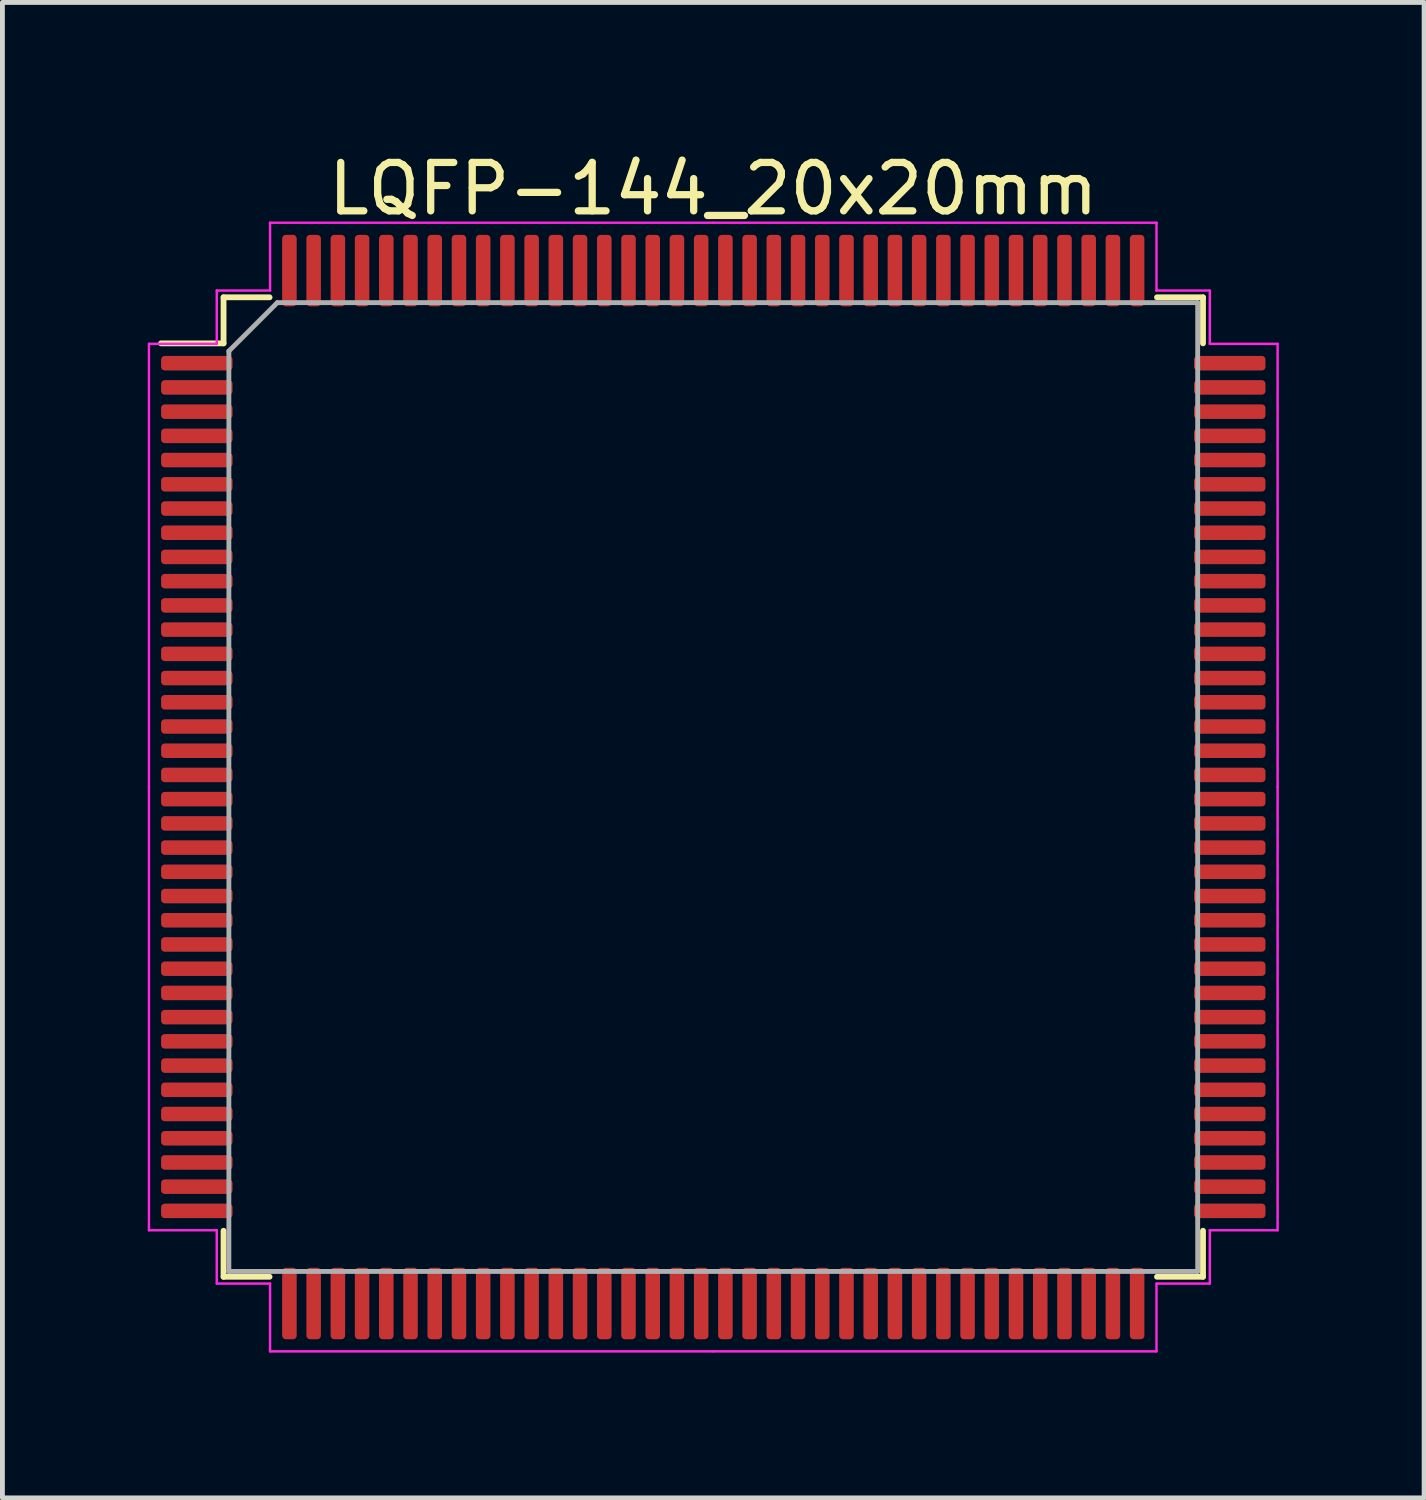
<source format=kicad_pcb>
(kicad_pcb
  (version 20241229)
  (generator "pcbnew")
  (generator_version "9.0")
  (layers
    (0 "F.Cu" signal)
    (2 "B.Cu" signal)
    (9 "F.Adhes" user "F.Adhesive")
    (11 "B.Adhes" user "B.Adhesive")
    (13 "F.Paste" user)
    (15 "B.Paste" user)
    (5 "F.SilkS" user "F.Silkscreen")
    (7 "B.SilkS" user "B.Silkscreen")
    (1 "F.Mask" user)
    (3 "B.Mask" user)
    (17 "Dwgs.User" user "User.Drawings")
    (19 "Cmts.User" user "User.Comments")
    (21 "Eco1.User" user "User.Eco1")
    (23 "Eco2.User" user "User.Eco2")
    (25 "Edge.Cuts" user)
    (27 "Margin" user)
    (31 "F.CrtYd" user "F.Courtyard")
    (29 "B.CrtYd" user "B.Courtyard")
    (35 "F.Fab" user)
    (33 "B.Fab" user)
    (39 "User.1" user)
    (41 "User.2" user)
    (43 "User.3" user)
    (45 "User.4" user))
  (footprint "LQFP-144_20x20mm"
    (layer "F.Cu")
    (at 11.675 13.198)
    (property "Reference" "LQFP-144_20x20mm" (at 0 -12.35 0) (layer "F.SilkS") (effects (font (size 1 1) (thickness 0.15))))
    (attr smd)
    (fp_line (start -10.11 -10.11) (end -10.11 -9.16) (stroke (width 0.12) (type solid)) (layer "F.SilkS"))
    (fp_line (start -10.11 -9.16) (end -11.4 -9.16) (stroke (width 0.12) (type solid)) (layer "F.SilkS"))
    (fp_line (start -10.11 10.11) (end -10.11 9.16) (stroke (width 0.12) (type solid)) (layer "F.SilkS"))
    (fp_line (start -9.16 -10.11) (end -10.11 -10.11) (stroke (width 0.12) (type solid)) (layer "F.SilkS"))
    (fp_line (start -9.16 10.11) (end -10.11 10.11) (stroke (width 0.12) (type solid)) (layer "F.SilkS"))
    (fp_line (start 9.16 -10.11) (end 10.11 -10.11) (stroke (width 0.12) (type solid)) (layer "F.SilkS"))
    (fp_line (start 9.16 10.11) (end 10.11 10.11) (stroke (width 0.12) (type solid)) (layer "F.SilkS"))
    (fp_line (start 10.11 -10.11) (end 10.11 -9.16) (stroke (width 0.12) (type solid)) (layer "F.SilkS"))
    (fp_line (start 10.11 10.11) (end 10.11 9.16) (stroke (width 0.12) (type solid)) (layer "F.SilkS"))
    (fp_line (start -11.65 -9.15) (end -11.65 0) (stroke (width 0.05) (type solid)) (layer "F.CrtYd"))
    (fp_line (start -11.65 9.15) (end -11.65 0) (stroke (width 0.05) (type solid)) (layer "F.CrtYd"))
    (fp_line (start -10.25 -10.25) (end -10.25 -9.15) (stroke (width 0.05) (type solid)) (layer "F.CrtYd"))
    (fp_line (start -10.25 -9.15) (end -11.65 -9.15) (stroke (width 0.05) (type solid)) (layer "F.CrtYd"))
    (fp_line (start -10.25 9.15) (end -11.65 9.15) (stroke (width 0.05) (type solid)) (layer "F.CrtYd"))
    (fp_line (start -10.25 10.25) (end -10.25 9.15) (stroke (width 0.05) (type solid)) (layer "F.CrtYd"))
    (fp_line (start -9.15 -11.65) (end -9.15 -10.25) (stroke (width 0.05) (type solid)) (layer "F.CrtYd"))
    (fp_line (start -9.15 -10.25) (end -10.25 -10.25) (stroke (width 0.05) (type solid)) (layer "F.CrtYd"))
    (fp_line (start -9.15 10.25) (end -10.25 10.25) (stroke (width 0.05) (type solid)) (layer "F.CrtYd"))
    (fp_line (start -9.15 11.65) (end -9.15 10.25) (stroke (width 0.05) (type solid)) (layer "F.CrtYd"))
    (fp_line (start 0 -11.65) (end -9.15 -11.65) (stroke (width 0.05) (type solid)) (layer "F.CrtYd"))
    (fp_line (start 0 -11.65) (end 9.15 -11.65) (stroke (width 0.05) (type solid)) (layer "F.CrtYd"))
    (fp_line (start 0 11.65) (end -9.15 11.65) (stroke (width 0.05) (type solid)) (layer "F.CrtYd"))
    (fp_line (start 0 11.65) (end 9.15 11.65) (stroke (width 0.05) (type solid)) (layer "F.CrtYd"))
    (fp_line (start 9.15 -11.65) (end 9.15 -10.25) (stroke (width 0.05) (type solid)) (layer "F.CrtYd"))
    (fp_line (start 9.15 -10.25) (end 10.25 -10.25) (stroke (width 0.05) (type solid)) (layer "F.CrtYd"))
    (fp_line (start 9.15 10.25) (end 10.25 10.25) (stroke (width 0.05) (type solid)) (layer "F.CrtYd"))
    (fp_line (start 9.15 11.65) (end 9.15 10.25) (stroke (width 0.05) (type solid)) (layer "F.CrtYd"))
    (fp_line (start 10.25 -10.25) (end 10.25 -9.15) (stroke (width 0.05) (type solid)) (layer "F.CrtYd"))
    (fp_line (start 10.25 -9.15) (end 11.65 -9.15) (stroke (width 0.05) (type solid)) (layer "F.CrtYd"))
    (fp_line (start 10.25 9.15) (end 11.65 9.15) (stroke (width 0.05) (type solid)) (layer "F.CrtYd"))
    (fp_line (start 10.25 10.25) (end 10.25 9.15) (stroke (width 0.05) (type solid)) (layer "F.CrtYd"))
    (fp_line (start 11.65 -9.15) (end 11.65 0) (stroke (width 0.05) (type solid)) (layer "F.CrtYd"))
    (fp_line (start 11.65 9.15) (end 11.65 0) (stroke (width 0.05) (type solid)) (layer "F.CrtYd"))
    (fp_line (start -10 -9) (end -9 -10) (stroke (width 0.1) (type solid)) (layer "F.Fab"))
    (fp_line (start -10 10) (end -10 -9) (stroke (width 0.1) (type solid)) (layer "F.Fab"))
    (fp_line (start -9 -10) (end 10 -10) (stroke (width 0.1) (type solid)) (layer "F.Fab"))
    (fp_line (start 10 -10) (end 10 10) (stroke (width 0.1) (type solid)) (layer "F.Fab"))
    (fp_line (start 10 10) (end -10 10) (stroke (width 0.1) (type solid)) (layer "F.Fab"))
    (pad "1" smd roundrect (at -10.662 -8.75) (size 1.475 0.3) (layers "F.Cu" "F.Mask" "F.Paste") (roundrect_rratio 0.25))
    (pad "2" smd roundrect (at -10.662 -8.25) (size 1.475 0.3) (layers "F.Cu" "F.Mask" "F.Paste") (roundrect_rratio 0.25))
    (pad "3" smd roundrect (at -10.662 -7.75) (size 1.475 0.3) (layers "F.Cu" "F.Mask" "F.Paste") (roundrect_rratio 0.25))
    (pad "4" smd roundrect (at -10.662 -7.25) (size 1.475 0.3) (layers "F.Cu" "F.Mask" "F.Paste") (roundrect_rratio 0.25))
    (pad "5" smd roundrect (at -10.662 -6.75) (size 1.475 0.3) (layers "F.Cu" "F.Mask" "F.Paste") (roundrect_rratio 0.25))
    (pad "6" smd roundrect (at -10.662 -6.25) (size 1.475 0.3) (layers "F.Cu" "F.Mask" "F.Paste") (roundrect_rratio 0.25))
    (pad "7" smd roundrect (at -10.662 -5.75) (size 1.475 0.3) (layers "F.Cu" "F.Mask" "F.Paste") (roundrect_rratio 0.25))
    (pad "8" smd roundrect (at -10.662 -5.25) (size 1.475 0.3) (layers "F.Cu" "F.Mask" "F.Paste") (roundrect_rratio 0.25))
    (pad "9" smd roundrect (at -10.662 -4.75) (size 1.475 0.3) (layers "F.Cu" "F.Mask" "F.Paste") (roundrect_rratio 0.25))
    (pad "10" smd roundrect (at -10.662 -4.25) (size 1.475 0.3) (layers "F.Cu" "F.Mask" "F.Paste") (roundrect_rratio 0.25))
    (pad "11" smd roundrect (at -10.662 -3.75) (size 1.475 0.3) (layers "F.Cu" "F.Mask" "F.Paste") (roundrect_rratio 0.25))
    (pad "12" smd roundrect (at -10.662 -3.25) (size 1.475 0.3) (layers "F.Cu" "F.Mask" "F.Paste") (roundrect_rratio 0.25))
    (pad "13" smd roundrect (at -10.662 -2.75) (size 1.475 0.3) (layers "F.Cu" "F.Mask" "F.Paste") (roundrect_rratio 0.25))
    (pad "14" smd roundrect (at -10.662 -2.25) (size 1.475 0.3) (layers "F.Cu" "F.Mask" "F.Paste") (roundrect_rratio 0.25))
    (pad "15" smd roundrect (at -10.662 -1.75) (size 1.475 0.3) (layers "F.Cu" "F.Mask" "F.Paste") (roundrect_rratio 0.25))
    (pad "16" smd roundrect (at -10.662 -1.25) (size 1.475 0.3) (layers "F.Cu" "F.Mask" "F.Paste") (roundrect_rratio 0.25))
    (pad "17" smd roundrect (at -10.662 -0.75) (size 1.475 0.3) (layers "F.Cu" "F.Mask" "F.Paste") (roundrect_rratio 0.25))
    (pad "18" smd roundrect (at -10.662 -0.25) (size 1.475 0.3) (layers "F.Cu" "F.Mask" "F.Paste") (roundrect_rratio 0.25))
    (pad "19" smd roundrect (at -10.662 0.25) (size 1.475 0.3) (layers "F.Cu" "F.Mask" "F.Paste") (roundrect_rratio 0.25))
    (pad "20" smd roundrect (at -10.662 0.75) (size 1.475 0.3) (layers "F.Cu" "F.Mask" "F.Paste") (roundrect_rratio 0.25))
    (pad "21" smd roundrect (at -10.662 1.25) (size 1.475 0.3) (layers "F.Cu" "F.Mask" "F.Paste") (roundrect_rratio 0.25))
    (pad "22" smd roundrect (at -10.662 1.75) (size 1.475 0.3) (layers "F.Cu" "F.Mask" "F.Paste") (roundrect_rratio 0.25))
    (pad "23" smd roundrect (at -10.662 2.25) (size 1.475 0.3) (layers "F.Cu" "F.Mask" "F.Paste") (roundrect_rratio 0.25))
    (pad "24" smd roundrect (at -10.662 2.75) (size 1.475 0.3) (layers "F.Cu" "F.Mask" "F.Paste") (roundrect_rratio 0.25))
    (pad "25" smd roundrect (at -10.662 3.25) (size 1.475 0.3) (layers "F.Cu" "F.Mask" "F.Paste") (roundrect_rratio 0.25))
    (pad "26" smd roundrect (at -10.662 3.75) (size 1.475 0.3) (layers "F.Cu" "F.Mask" "F.Paste") (roundrect_rratio 0.25))
    (pad "27" smd roundrect (at -10.662 4.25) (size 1.475 0.3) (layers "F.Cu" "F.Mask" "F.Paste") (roundrect_rratio 0.25))
    (pad "28" smd roundrect (at -10.662 4.75) (size 1.475 0.3) (layers "F.Cu" "F.Mask" "F.Paste") (roundrect_rratio 0.25))
    (pad "29" smd roundrect (at -10.662 5.25) (size 1.475 0.3) (layers "F.Cu" "F.Mask" "F.Paste") (roundrect_rratio 0.25))
    (pad "30" smd roundrect (at -10.662 5.75) (size 1.475 0.3) (layers "F.Cu" "F.Mask" "F.Paste") (roundrect_rratio 0.25))
    (pad "31" smd roundrect (at -10.662 6.25) (size 1.475 0.3) (layers "F.Cu" "F.Mask" "F.Paste") (roundrect_rratio 0.25))
    (pad "32" smd roundrect (at -10.662 6.75) (size 1.475 0.3) (layers "F.Cu" "F.Mask" "F.Paste") (roundrect_rratio 0.25))
    (pad "33" smd roundrect (at -10.662 7.25) (size 1.475 0.3) (layers "F.Cu" "F.Mask" "F.Paste") (roundrect_rratio 0.25))
    (pad "34" smd roundrect (at -10.662 7.75) (size 1.475 0.3) (layers "F.Cu" "F.Mask" "F.Paste") (roundrect_rratio 0.25))
    (pad "35" smd roundrect (at -10.662 8.25) (size 1.475 0.3) (layers "F.Cu" "F.Mask" "F.Paste") (roundrect_rratio 0.25))
    (pad "36" smd roundrect (at -10.662 8.75) (size 1.475 0.3) (layers "F.Cu" "F.Mask" "F.Paste") (roundrect_rratio 0.25))
    (pad "37" smd roundrect (at -8.75 10.662) (size 0.3 1.475) (layers "F.Cu" "F.Mask" "F.Paste") (roundrect_rratio 0.25))
    (pad "38" smd roundrect (at -8.25 10.662) (size 0.3 1.475) (layers "F.Cu" "F.Mask" "F.Paste") (roundrect_rratio 0.25))
    (pad "39" smd roundrect (at -7.75 10.662) (size 0.3 1.475) (layers "F.Cu" "F.Mask" "F.Paste") (roundrect_rratio 0.25))
    (pad "40" smd roundrect (at -7.25 10.662) (size 0.3 1.475) (layers "F.Cu" "F.Mask" "F.Paste") (roundrect_rratio 0.25))
    (pad "41" smd roundrect (at -6.75 10.662) (size 0.3 1.475) (layers "F.Cu" "F.Mask" "F.Paste") (roundrect_rratio 0.25))
    (pad "42" smd roundrect (at -6.25 10.662) (size 0.3 1.475) (layers "F.Cu" "F.Mask" "F.Paste") (roundrect_rratio 0.25))
    (pad "43" smd roundrect (at -5.75 10.662) (size 0.3 1.475) (layers "F.Cu" "F.Mask" "F.Paste") (roundrect_rratio 0.25))
    (pad "44" smd roundrect (at -5.25 10.662) (size 0.3 1.475) (layers "F.Cu" "F.Mask" "F.Paste") (roundrect_rratio 0.25))
    (pad "45" smd roundrect (at -4.75 10.662) (size 0.3 1.475) (layers "F.Cu" "F.Mask" "F.Paste") (roundrect_rratio 0.25))
    (pad "46" smd roundrect (at -4.25 10.662) (size 0.3 1.475) (layers "F.Cu" "F.Mask" "F.Paste") (roundrect_rratio 0.25))
    (pad "47" smd roundrect (at -3.75 10.662) (size 0.3 1.475) (layers "F.Cu" "F.Mask" "F.Paste") (roundrect_rratio 0.25))
    (pad "48" smd roundrect (at -3.25 10.662) (size 0.3 1.475) (layers "F.Cu" "F.Mask" "F.Paste") (roundrect_rratio 0.25))
    (pad "49" smd roundrect (at -2.75 10.662) (size 0.3 1.475) (layers "F.Cu" "F.Mask" "F.Paste") (roundrect_rratio 0.25))
    (pad "50" smd roundrect (at -2.25 10.662) (size 0.3 1.475) (layers "F.Cu" "F.Mask" "F.Paste") (roundrect_rratio 0.25))
    (pad "51" smd roundrect (at -1.75 10.662) (size 0.3 1.475) (layers "F.Cu" "F.Mask" "F.Paste") (roundrect_rratio 0.25))
    (pad "52" smd roundrect (at -1.25 10.662) (size 0.3 1.475) (layers "F.Cu" "F.Mask" "F.Paste") (roundrect_rratio 0.25))
    (pad "53" smd roundrect (at -0.75 10.662) (size 0.3 1.475) (layers "F.Cu" "F.Mask" "F.Paste") (roundrect_rratio 0.25))
    (pad "54" smd roundrect (at -0.25 10.662) (size 0.3 1.475) (layers "F.Cu" "F.Mask" "F.Paste") (roundrect_rratio 0.25))
    (pad "55" smd roundrect (at 0.25 10.662) (size 0.3 1.475) (layers "F.Cu" "F.Mask" "F.Paste") (roundrect_rratio 0.25))
    (pad "56" smd roundrect (at 0.75 10.662) (size 0.3 1.475) (layers "F.Cu" "F.Mask" "F.Paste") (roundrect_rratio 0.25))
    (pad "57" smd roundrect (at 1.25 10.662) (size 0.3 1.475) (layers "F.Cu" "F.Mask" "F.Paste") (roundrect_rratio 0.25))
    (pad "58" smd roundrect (at 1.75 10.662) (size 0.3 1.475) (layers "F.Cu" "F.Mask" "F.Paste") (roundrect_rratio 0.25))
    (pad "59" smd roundrect (at 2.25 10.662) (size 0.3 1.475) (layers "F.Cu" "F.Mask" "F.Paste") (roundrect_rratio 0.25))
    (pad "60" smd roundrect (at 2.75 10.662) (size 0.3 1.475) (layers "F.Cu" "F.Mask" "F.Paste") (roundrect_rratio 0.25))
    (pad "61" smd roundrect (at 3.25 10.662) (size 0.3 1.475) (layers "F.Cu" "F.Mask" "F.Paste") (roundrect_rratio 0.25))
    (pad "62" smd roundrect (at 3.75 10.662) (size 0.3 1.475) (layers "F.Cu" "F.Mask" "F.Paste") (roundrect_rratio 0.25))
    (pad "63" smd roundrect (at 4.25 10.662) (size 0.3 1.475) (layers "F.Cu" "F.Mask" "F.Paste") (roundrect_rratio 0.25))
    (pad "64" smd roundrect (at 4.75 10.662) (size 0.3 1.475) (layers "F.Cu" "F.Mask" "F.Paste") (roundrect_rratio 0.25))
    (pad "65" smd roundrect (at 5.25 10.662) (size 0.3 1.475) (layers "F.Cu" "F.Mask" "F.Paste") (roundrect_rratio 0.25))
    (pad "66" smd roundrect (at 5.75 10.662) (size 0.3 1.475) (layers "F.Cu" "F.Mask" "F.Paste") (roundrect_rratio 0.25))
    (pad "67" smd roundrect (at 6.25 10.662) (size 0.3 1.475) (layers "F.Cu" "F.Mask" "F.Paste") (roundrect_rratio 0.25))
    (pad "68" smd roundrect (at 6.75 10.662) (size 0.3 1.475) (layers "F.Cu" "F.Mask" "F.Paste") (roundrect_rratio 0.25))
    (pad "69" smd roundrect (at 7.25 10.662) (size 0.3 1.475) (layers "F.Cu" "F.Mask" "F.Paste") (roundrect_rratio 0.25))
    (pad "70" smd roundrect (at 7.75 10.662) (size 0.3 1.475) (layers "F.Cu" "F.Mask" "F.Paste") (roundrect_rratio 0.25))
    (pad "71" smd roundrect (at 8.25 10.662) (size 0.3 1.475) (layers "F.Cu" "F.Mask" "F.Paste") (roundrect_rratio 0.25))
    (pad "72" smd roundrect (at 8.75 10.662) (size 0.3 1.475) (layers "F.Cu" "F.Mask" "F.Paste") (roundrect_rratio 0.25))
    (pad "73" smd roundrect (at 10.662 8.75) (size 1.475 0.3) (layers "F.Cu" "F.Mask" "F.Paste") (roundrect_rratio 0.25))
    (pad "74" smd roundrect (at 10.662 8.25) (size 1.475 0.3) (layers "F.Cu" "F.Mask" "F.Paste") (roundrect_rratio 0.25))
    (pad "75" smd roundrect (at 10.662 7.75) (size 1.475 0.3) (layers "F.Cu" "F.Mask" "F.Paste") (roundrect_rratio 0.25))
    (pad "76" smd roundrect (at 10.662 7.25) (size 1.475 0.3) (layers "F.Cu" "F.Mask" "F.Paste") (roundrect_rratio 0.25))
    (pad "77" smd roundrect (at 10.662 6.75) (size 1.475 0.3) (layers "F.Cu" "F.Mask" "F.Paste") (roundrect_rratio 0.25))
    (pad "78" smd roundrect (at 10.662 6.25) (size 1.475 0.3) (layers "F.Cu" "F.Mask" "F.Paste") (roundrect_rratio 0.25))
    (pad "79" smd roundrect (at 10.662 5.75) (size 1.475 0.3) (layers "F.Cu" "F.Mask" "F.Paste") (roundrect_rratio 0.25))
    (pad "80" smd roundrect (at 10.662 5.25) (size 1.475 0.3) (layers "F.Cu" "F.Mask" "F.Paste") (roundrect_rratio 0.25))
    (pad "81" smd roundrect (at 10.662 4.75) (size 1.475 0.3) (layers "F.Cu" "F.Mask" "F.Paste") (roundrect_rratio 0.25))
    (pad "82" smd roundrect (at 10.662 4.25) (size 1.475 0.3) (layers "F.Cu" "F.Mask" "F.Paste") (roundrect_rratio 0.25))
    (pad "83" smd roundrect (at 10.662 3.75) (size 1.475 0.3) (layers "F.Cu" "F.Mask" "F.Paste") (roundrect_rratio 0.25))
    (pad "84" smd roundrect (at 10.662 3.25) (size 1.475 0.3) (layers "F.Cu" "F.Mask" "F.Paste") (roundrect_rratio 0.25))
    (pad "85" smd roundrect (at 10.662 2.75) (size 1.475 0.3) (layers "F.Cu" "F.Mask" "F.Paste") (roundrect_rratio 0.25))
    (pad "86" smd roundrect (at 10.662 2.25) (size 1.475 0.3) (layers "F.Cu" "F.Mask" "F.Paste") (roundrect_rratio 0.25))
    (pad "87" smd roundrect (at 10.662 1.75) (size 1.475 0.3) (layers "F.Cu" "F.Mask" "F.Paste") (roundrect_rratio 0.25))
    (pad "88" smd roundrect (at 10.662 1.25) (size 1.475 0.3) (layers "F.Cu" "F.Mask" "F.Paste") (roundrect_rratio 0.25))
    (pad "89" smd roundrect (at 10.662 0.75) (size 1.475 0.3) (layers "F.Cu" "F.Mask" "F.Paste") (roundrect_rratio 0.25))
    (pad "90" smd roundrect (at 10.662 0.25) (size 1.475 0.3) (layers "F.Cu" "F.Mask" "F.Paste") (roundrect_rratio 0.25))
    (pad "91" smd roundrect (at 10.662 -0.25) (size 1.475 0.3) (layers "F.Cu" "F.Mask" "F.Paste") (roundrect_rratio 0.25))
    (pad "92" smd roundrect (at 10.662 -0.75) (size 1.475 0.3) (layers "F.Cu" "F.Mask" "F.Paste") (roundrect_rratio 0.25))
    (pad "93" smd roundrect (at 10.662 -1.25) (size 1.475 0.3) (layers "F.Cu" "F.Mask" "F.Paste") (roundrect_rratio 0.25))
    (pad "94" smd roundrect (at 10.662 -1.75) (size 1.475 0.3) (layers "F.Cu" "F.Mask" "F.Paste") (roundrect_rratio 0.25))
    (pad "95" smd roundrect (at 10.662 -2.25) (size 1.475 0.3) (layers "F.Cu" "F.Mask" "F.Paste") (roundrect_rratio 0.25))
    (pad "96" smd roundrect (at 10.662 -2.75) (size 1.475 0.3) (layers "F.Cu" "F.Mask" "F.Paste") (roundrect_rratio 0.25))
    (pad "97" smd roundrect (at 10.662 -3.25) (size 1.475 0.3) (layers "F.Cu" "F.Mask" "F.Paste") (roundrect_rratio 0.25))
    (pad "98" smd roundrect (at 10.662 -3.75) (size 1.475 0.3) (layers "F.Cu" "F.Mask" "F.Paste") (roundrect_rratio 0.25))
    (pad "99" smd roundrect (at 10.662 -4.25) (size 1.475 0.3) (layers "F.Cu" "F.Mask" "F.Paste") (roundrect_rratio 0.25))
    (pad "100" smd roundrect (at 10.662 -4.75) (size 1.475 0.3) (layers "F.Cu" "F.Mask" "F.Paste") (roundrect_rratio 0.25))
    (pad "101" smd roundrect (at 10.662 -5.25) (size 1.475 0.3) (layers "F.Cu" "F.Mask" "F.Paste") (roundrect_rratio 0.25))
    (pad "102" smd roundrect (at 10.662 -5.75) (size 1.475 0.3) (layers "F.Cu" "F.Mask" "F.Paste") (roundrect_rratio 0.25))
    (pad "103" smd roundrect (at 10.662 -6.25) (size 1.475 0.3) (layers "F.Cu" "F.Mask" "F.Paste") (roundrect_rratio 0.25))
    (pad "104" smd roundrect (at 10.662 -6.75) (size 1.475 0.3) (layers "F.Cu" "F.Mask" "F.Paste") (roundrect_rratio 0.25))
    (pad "105" smd roundrect (at 10.662 -7.25) (size 1.475 0.3) (layers "F.Cu" "F.Mask" "F.Paste") (roundrect_rratio 0.25))
    (pad "106" smd roundrect (at 10.662 -7.75) (size 1.475 0.3) (layers "F.Cu" "F.Mask" "F.Paste") (roundrect_rratio 0.25))
    (pad "107" smd roundrect (at 10.662 -8.25) (size 1.475 0.3) (layers "F.Cu" "F.Mask" "F.Paste") (roundrect_rratio 0.25))
    (pad "108" smd roundrect (at 10.662 -8.75) (size 1.475 0.3) (layers "F.Cu" "F.Mask" "F.Paste") (roundrect_rratio 0.25))
    (pad "109" smd roundrect (at 8.75 -10.662) (size 0.3 1.475) (layers "F.Cu" "F.Mask" "F.Paste") (roundrect_rratio 0.25))
    (pad "110" smd roundrect (at 8.25 -10.662) (size 0.3 1.475) (layers "F.Cu" "F.Mask" "F.Paste") (roundrect_rratio 0.25))
    (pad "111" smd roundrect (at 7.75 -10.662) (size 0.3 1.475) (layers "F.Cu" "F.Mask" "F.Paste") (roundrect_rratio 0.25))
    (pad "112" smd roundrect (at 7.25 -10.662) (size 0.3 1.475) (layers "F.Cu" "F.Mask" "F.Paste") (roundrect_rratio 0.25))
    (pad "113" smd roundrect (at 6.75 -10.662) (size 0.3 1.475) (layers "F.Cu" "F.Mask" "F.Paste") (roundrect_rratio 0.25))
    (pad "114" smd roundrect (at 6.25 -10.662) (size 0.3 1.475) (layers "F.Cu" "F.Mask" "F.Paste") (roundrect_rratio 0.25))
    (pad "115" smd roundrect (at 5.75 -10.662) (size 0.3 1.475) (layers "F.Cu" "F.Mask" "F.Paste") (roundrect_rratio 0.25))
    (pad "116" smd roundrect (at 5.25 -10.662) (size 0.3 1.475) (layers "F.Cu" "F.Mask" "F.Paste") (roundrect_rratio 0.25))
    (pad "117" smd roundrect (at 4.75 -10.662) (size 0.3 1.475) (layers "F.Cu" "F.Mask" "F.Paste") (roundrect_rratio 0.25))
    (pad "118" smd roundrect (at 4.25 -10.662) (size 0.3 1.475) (layers "F.Cu" "F.Mask" "F.Paste") (roundrect_rratio 0.25))
    (pad "119" smd roundrect (at 3.75 -10.662) (size 0.3 1.475) (layers "F.Cu" "F.Mask" "F.Paste") (roundrect_rratio 0.25))
    (pad "120" smd roundrect (at 3.25 -10.662) (size 0.3 1.475) (layers "F.Cu" "F.Mask" "F.Paste") (roundrect_rratio 0.25))
    (pad "121" smd roundrect (at 2.75 -10.662) (size 0.3 1.475) (layers "F.Cu" "F.Mask" "F.Paste") (roundrect_rratio 0.25))
    (pad "122" smd roundrect (at 2.25 -10.662) (size 0.3 1.475) (layers "F.Cu" "F.Mask" "F.Paste") (roundrect_rratio 0.25))
    (pad "123" smd roundrect (at 1.75 -10.662) (size 0.3 1.475) (layers "F.Cu" "F.Mask" "F.Paste") (roundrect_rratio 0.25))
    (pad "124" smd roundrect (at 1.25 -10.662) (size 0.3 1.475) (layers "F.Cu" "F.Mask" "F.Paste") (roundrect_rratio 0.25))
    (pad "125" smd roundrect (at 0.75 -10.662) (size 0.3 1.475) (layers "F.Cu" "F.Mask" "F.Paste") (roundrect_rratio 0.25))
    (pad "126" smd roundrect (at 0.25 -10.662) (size 0.3 1.475) (layers "F.Cu" "F.Mask" "F.Paste") (roundrect_rratio 0.25))
    (pad "127" smd roundrect (at -0.25 -10.662) (size 0.3 1.475) (layers "F.Cu" "F.Mask" "F.Paste") (roundrect_rratio 0.25))
    (pad "128" smd roundrect (at -0.75 -10.662) (size 0.3 1.475) (layers "F.Cu" "F.Mask" "F.Paste") (roundrect_rratio 0.25))
    (pad "129" smd roundrect (at -1.25 -10.662) (size 0.3 1.475) (layers "F.Cu" "F.Mask" "F.Paste") (roundrect_rratio 0.25))
    (pad "130" smd roundrect (at -1.75 -10.662) (size 0.3 1.475) (layers "F.Cu" "F.Mask" "F.Paste") (roundrect_rratio 0.25))
    (pad "131" smd roundrect (at -2.25 -10.662) (size 0.3 1.475) (layers "F.Cu" "F.Mask" "F.Paste") (roundrect_rratio 0.25))
    (pad "132" smd roundrect (at -2.75 -10.662) (size 0.3 1.475) (layers "F.Cu" "F.Mask" "F.Paste") (roundrect_rratio 0.25))
    (pad "133" smd roundrect (at -3.25 -10.662) (size 0.3 1.475) (layers "F.Cu" "F.Mask" "F.Paste") (roundrect_rratio 0.25))
    (pad "134" smd roundrect (at -3.75 -10.662) (size 0.3 1.475) (layers "F.Cu" "F.Mask" "F.Paste") (roundrect_rratio 0.25))
    (pad "135" smd roundrect (at -4.25 -10.662) (size 0.3 1.475) (layers "F.Cu" "F.Mask" "F.Paste") (roundrect_rratio 0.25))
    (pad "136" smd roundrect (at -4.75 -10.662) (size 0.3 1.475) (layers "F.Cu" "F.Mask" "F.Paste") (roundrect_rratio 0.25))
    (pad "137" smd roundrect (at -5.25 -10.662) (size 0.3 1.475) (layers "F.Cu" "F.Mask" "F.Paste") (roundrect_rratio 0.25))
    (pad "138" smd roundrect (at -5.75 -10.662) (size 0.3 1.475) (layers "F.Cu" "F.Mask" "F.Paste") (roundrect_rratio 0.25))
    (pad "139" smd roundrect (at -6.25 -10.662) (size 0.3 1.475) (layers "F.Cu" "F.Mask" "F.Paste") (roundrect_rratio 0.25))
    (pad "140" smd roundrect (at -6.75 -10.662) (size 0.3 1.475) (layers "F.Cu" "F.Mask" "F.Paste") (roundrect_rratio 0.25))
    (pad "141" smd roundrect (at -7.25 -10.662) (size 0.3 1.475) (layers "F.Cu" "F.Mask" "F.Paste") (roundrect_rratio 0.25))
    (pad "142" smd roundrect (at -7.75 -10.662) (size 0.3 1.475) (layers "F.Cu" "F.Mask" "F.Paste") (roundrect_rratio 0.25))
    (pad "143" smd roundrect (at -8.25 -10.662) (size 0.3 1.475) (layers "F.Cu" "F.Mask" "F.Paste") (roundrect_rratio 0.25))
    (pad "144" smd roundrect (at -8.75 -10.662) (size 0.3 1.475) (layers "F.Cu" "F.Mask" "F.Paste") (roundrect_rratio 0.25)))
  (gr_rect
    (start -3 -3)
    (end 26.35 27.873)
    (stroke (width 0.1) (type default))
    (fill no)
    (layer "Edge.Cuts")))
</source>
